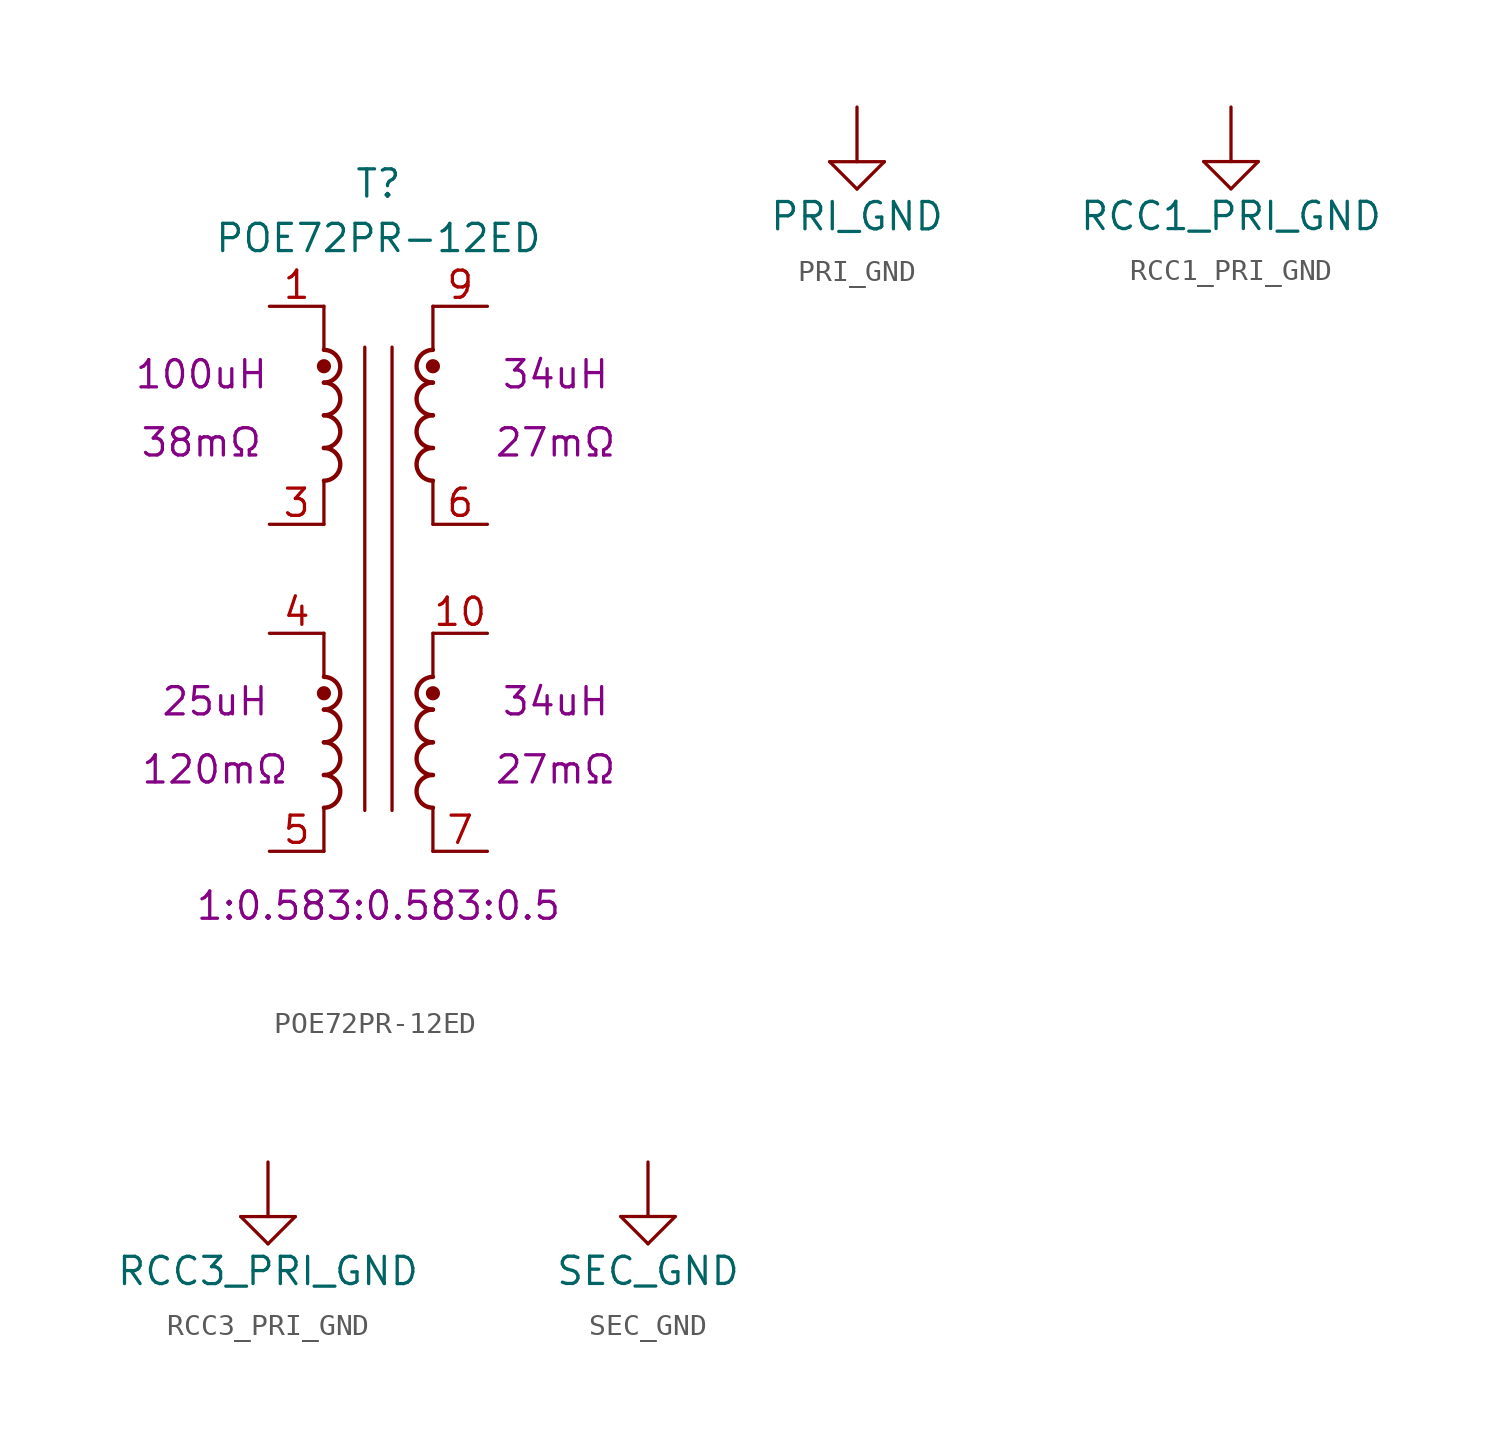
<source format=kicad_sym>
(kicad_symbol_lib
  (version 20211014)
  (generator kicad_symbol_editor)
  (symbol "POE72PR-12ED"
    (property "Reference" "T"
      (at 0 18.415 0)
      (effects (font (size 1.27 1.27))))
    (property "Value" "POE72PR-12ED"
      (at 0 15.875 0)
      (effects (font (size 1.27 1.27))))
    (property "L_pri" "100uH"
      (at -8.255 9.525 0)
      (effects (font (size 1.27 1.27))))
    (property "L_sec1" "34uH"
      (at 8.255 9.525 0)
      (effects (font (size 1.27 1.27))))
    (property "L_sec2" "34uH"
      (at 8.255 -5.715 0)
      (effects (font (size 1.27 1.27))))
    (property "L_aux" "25uH"
      (at -7.62 -5.715 0)
      (effects (font (size 1.27 1.27))))
    (property "R_pri" "38mΩ"
      (at -8.255 6.35 0)
      (effects (font (size 1.27 1.27))))
    (property "R_sec1" "27mΩ"
      (at 8.255 6.35 0)
      (effects (font (size 1.27 1.27))))
    (property "R_sec2" "27mΩ"
      (at 8.255 -8.89 0)
      (effects (font (size 1.27 1.27))))
    (property "R_aux" "120mΩ"
      (at -7.62 -8.89 0)
      (effects (font (size 1.27 1.27))))
    (property "Windings" "1:0.583:0.583:0.5"
      (at 0 -15.24 0)
      (effects (font (size 1.27 1.27))))
    (symbol "POE72PR-12ED_0_1"
      (arc (start -2.54 -10.668) (mid -1.778 -9.906) (end -2.54 -9.144) (stroke (width 0.2032) (type default) (color 0 0 0 0)) (fill (type none)))
      (arc (start -2.54 -9.144) (mid -1.778 -8.382) (end -2.54 -7.62) (stroke (width 0.2032) (type default) (color 0 0 0 0)) (fill (type none)))
      (arc (start -2.54 -7.62) (mid -1.778 -6.858) (end -2.54 -6.096) (stroke (width 0.2032) (type default) (color 0 0 0 0)) (fill (type none)))
      (circle (center -2.54 -5.334) (radius 0.254) (stroke (width 0) (type default) (color 0 0 0 0)) (fill (type outline)))
      (arc (start -2.54 4.572) (mid -1.778 5.334) (end -2.54 6.096) (stroke (width 0.2032) (type default) (color 0 0 0 0)) (fill (type none)))
      (arc (start -2.54 6.096) (mid -1.778 6.858) (end -2.54 7.62) (stroke (width 0.2032) (type default) (color 0 0 0 0)) (fill (type none)))
      (arc (start -2.54 7.62) (mid -1.778 8.382) (end -2.54 9.144) (stroke (width 0.2032) (type default) (color 0 0 0 0)) (fill (type none)))
      (circle (center -2.54 9.906) (radius 0.254) (stroke (width 0) (type default) (color 0 0 0 0)) (fill (type outline)))
      (polyline (pts (xy -2.54 -10.668) (xy -2.54 -12.7)) (stroke (width 0) (type default) (color 0 0 0 0)) (fill (type none)))
      (polyline (pts (xy -2.54 -2.54) (xy -2.54 -4.572)) (stroke (width 0) (type default) (color 0 0 0 0)) (fill (type none)))
      (polyline (pts (xy -2.54 4.572) (xy -2.54 2.54)) (stroke (width 0) (type default) (color 0 0 0 0)) (fill (type none)))
      (polyline (pts (xy -2.54 12.7) (xy -2.54 10.668)) (stroke (width 0) (type default) (color 0 0 0 0)) (fill (type none)))
      (polyline (pts (xy -0.635 10.795) (xy -0.635 -10.795)) (stroke (width 0) (type default) (color 0 0 0 0)) (fill (type none)))
      (polyline (pts (xy 0.635 10.795) (xy 0.635 -10.795)) (stroke (width 0) (type default) (color 0 0 0 0)) (fill (type none)))
      (polyline (pts (xy 2.54 -10.668) (xy 2.54 -12.7)) (stroke (width 0) (type default) (color 0 0 0 0)) (fill (type none)))
      (polyline (pts (xy 2.54 -2.54) (xy 2.54 -4.572)) (stroke (width 0) (type default) (color 0 0 0 0)) (fill (type none)))
      (polyline (pts (xy 2.54 4.572) (xy 2.54 2.54)) (stroke (width 0) (type default) (color 0 0 0 0)) (fill (type none)))
      (polyline (pts (xy 2.54 12.7) (xy 2.54 10.668)) (stroke (width 0) (type default) (color 0 0 0 0)) (fill (type none)))
      (arc (start 2.54 -9.144) (mid 1.778 -9.906) (end 2.54 -10.668) (stroke (width 0.2032) (type default) (color 0 0 0 0)) (fill (type none)))
      (arc (start 2.54 -7.62) (mid 1.778 -8.382) (end 2.54 -9.144) (stroke (width 0.2032) (type default) (color 0 0 0 0)) (fill (type none)))
      (arc (start 2.54 -6.096) (mid 1.778 -6.858) (end 2.54 -7.62) (stroke (width 0.2032) (type default) (color 0 0 0 0)) (fill (type none)))
      (circle (center 2.54 -5.334) (radius 0.254) (stroke (width 0) (type default) (color 0 0 0 0)) (fill (type outline)))
      (arc (start 2.54 -4.572) (mid 1.778 -5.334) (end 2.54 -6.096) (stroke (width 0.2032) (type default) (color 0 0 0 0)) (fill (type none)))
      (arc (start 2.54 6.096) (mid 1.778 5.334) (end 2.54 4.572) (stroke (width 0.2032) (type default) (color 0 0 0 0)) (fill (type none)))
      (arc (start 2.54 7.62) (mid 1.778 6.858) (end 2.54 6.096) (stroke (width 0.2032) (type default) (color 0 0 0 0)) (fill (type none)))
      (arc (start 2.54 9.144) (mid 1.778 8.382) (end 2.54 7.62) (stroke (width 0.2032) (type default) (color 0 0 0 0)) (fill (type none)))
      (circle (center 2.54 9.906) (radius 0.254) (stroke (width 0) (type default) (color 0 0 0 0)) (fill (type outline)))
      (arc (start 2.54 10.668) (mid 1.778 9.906) (end 2.54 9.144) (stroke (width 0.2032) (type default) (color 0 0 0 0)) (fill (type none))))
    (symbol "POE72PR-12ED_1_1"
      (arc (start -2.54 -6.096) (mid -1.778 -5.334) (end -2.54 -4.572) (stroke (width 0.2032) (type default) (color 0 0 0 0)) (fill (type none)))
      (arc (start -2.54 9.144) (mid -1.778 9.906) (end -2.54 10.668) (stroke (width 0.2032) (type default) (color 0 0 0 0)) (fill (type none)))
      (pin passive line (at -5.08 12.7 0) (length 2.54) (name "~" (effects (font (size 1.27 1.27)))) (number "1" (effects (font (size 1.27 1.27)))))
      (pin passive line (at 5.08 -2.54 180) (length 2.54) (name "~" (effects (font (size 1.27 1.27)))) (number "10" (effects (font (size 1.27 1.27)))))
      (pin passive line (at -5.08 2.54 0) (length 2.54) (name "~" (effects (font (size 1.27 1.27)))) (number "3" (effects (font (size 1.27 1.27)))))
      (pin passive line (at -5.08 -2.54 0) (length 2.54) (name "~" (effects (font (size 1.27 1.27)))) (number "4" (effects (font (size 1.27 1.27)))))
      (pin passive line (at -5.08 -12.7 0) (length 2.54) (name "~" (effects (font (size 1.27 1.27)))) (number "5" (effects (font (size 1.27 1.27)))))
      (pin passive line (at 5.08 2.54 180) (length 2.54) (name "~" (effects (font (size 1.27 1.27)))) (number "6" (effects (font (size 1.27 1.27)))))
      (pin passive line (at 5.08 -12.7 180) (length 2.54) (name "~" (effects (font (size 1.27 1.27)))) (number "7" (effects (font (size 1.27 1.27)))))
      (pin passive line (at 5.08 12.7 180) (length 2.54) (name "~" (effects (font (size 1.27 1.27)))) (number "9" (effects (font (size 1.27 1.27)))))))
  (symbol "PRI_GND"
    (power)
    (pin_names
      (offset 0))
    (property "Reference" "#PWR"
      (at 0 -3.81 0)
      (effects (font (size 1.27 1.27)) hide))
    (property "Value" "PRI_GND"
      (at 0 -5.08 0)
      (effects (font (size 1.27 1.27))))
    (symbol "PRI_GND_0_1"
      (polyline (pts (xy -1.27 -2.54) (xy 1.27 -2.54)) (stroke (width 0) (type default) (color 0 0 0 0)) (fill (type none)))
      (polyline (pts (xy 0 -3.81) (xy -1.27 -2.54)) (stroke (width 0) (type default) (color 0 0 0 0)) (fill (type none)))
      (polyline (pts (xy 0 -3.81) (xy 1.27 -2.54)) (stroke (width 0) (type default) (color 0 0 0 0)) (fill (type none)))
      (polyline (pts (xy 0 0) (xy 0 -2.54)) (stroke (width 0) (type default) (color 0 0 0 0)) (fill (type none))))
    (symbol "PRI_GND_1_1"
      (pin power_in line (at 0 0 90) (length 0) hide (name "PRI_GND" (effects (font (size 1.27 1.27)))) (number "1" (effects (font (size 1.27 1.27)))))))
  (symbol "RCC1_PRI_GND"
    (power)
    (pin_names
      (offset 0))
    (property "Reference" "#PWR"
      (at 0 -3.81 0)
      (effects (font (size 1.27 1.27)) hide))
    (property "Value" "RCC1_PRI_GND"
      (at 0 -5.08 0)
      (effects (font (size 1.27 1.27))))
    (symbol "RCC1_PRI_GND_0_1"
      (polyline (pts (xy -1.27 -2.54) (xy 1.27 -2.54)) (stroke (width 0) (type default) (color 0 0 0 0)) (fill (type none)))
      (polyline (pts (xy 0 -3.81) (xy -1.27 -2.54)) (stroke (width 0) (type default) (color 0 0 0 0)) (fill (type none)))
      (polyline (pts (xy 0 -3.81) (xy 1.27 -2.54)) (stroke (width 0) (type default) (color 0 0 0 0)) (fill (type none)))
      (polyline (pts (xy 0 0) (xy 0 -2.54)) (stroke (width 0) (type default) (color 0 0 0 0)) (fill (type none))))
    (symbol "RCC1_PRI_GND_1_1"
      (pin power_in line (at 0 0 90) (length 0) hide (name "PRI_GND" (effects (font (size 1.27 1.27)))) (number "1" (effects (font (size 1.27 1.27)))))))
  (symbol "RCC3_PRI_GND"
    (power)
    (pin_names
      (offset 0))
    (property "Reference" "#PWR"
      (at 0 -3.81 0)
      (effects (font (size 1.27 1.27)) hide))
    (property "Value" "RCC3_PRI_GND"
      (at 0 -5.08 0)
      (effects (font (size 1.27 1.27))))
    (symbol "RCC3_PRI_GND_0_1"
      (polyline (pts (xy -1.27 -2.54) (xy 1.27 -2.54)) (stroke (width 0) (type default) (color 0 0 0 0)) (fill (type none)))
      (polyline (pts (xy 0 -3.81) (xy -1.27 -2.54)) (stroke (width 0) (type default) (color 0 0 0 0)) (fill (type none)))
      (polyline (pts (xy 0 -3.81) (xy 1.27 -2.54)) (stroke (width 0) (type default) (color 0 0 0 0)) (fill (type none)))
      (polyline (pts (xy 0 0) (xy 0 -2.54)) (stroke (width 0) (type default) (color 0 0 0 0)) (fill (type none))))
    (symbol "RCC3_PRI_GND_1_1"
      (pin power_in line (at 0 0 90) (length 0) hide (name "PRI_GND" (effects (font (size 1.27 1.27)))) (number "1" (effects (font (size 1.27 1.27)))))))
  (symbol "SEC_GND"
    (power)
    (pin_names
      (offset 0))
    (property "Reference" "#PWR"
      (at 0 -3.81 0)
      (effects (font (size 1.27 1.27)) hide))
    (property "Value" "SEC_GND"
      (at 0 -5.08 0)
      (effects (font (size 1.27 1.27))))
    (symbol "SEC_GND_0_1"
      (polyline (pts (xy -1.27 -2.54) (xy 1.27 -2.54)) (stroke (width 0) (type default) (color 0 0 0 0)) (fill (type none)))
      (polyline (pts (xy 0 -3.81) (xy -1.27 -2.54)) (stroke (width 0) (type default) (color 0 0 0 0)) (fill (type none)))
      (polyline (pts (xy 0 -3.81) (xy 1.27 -2.54)) (stroke (width 0) (type default) (color 0 0 0 0)) (fill (type none)))
      (polyline (pts (xy 0 0) (xy 0 -2.54)) (stroke (width 0) (type default) (color 0 0 0 0)) (fill (type none))))
    (symbol "SEC_GND_1_1"
      (pin power_in line (at 0 0 90) (length 0) hide (name "SEC_GND" (effects (font (size 1.27 1.27)))) (number "1" (effects (font (size 1.27 1.27))))))))
</source>
